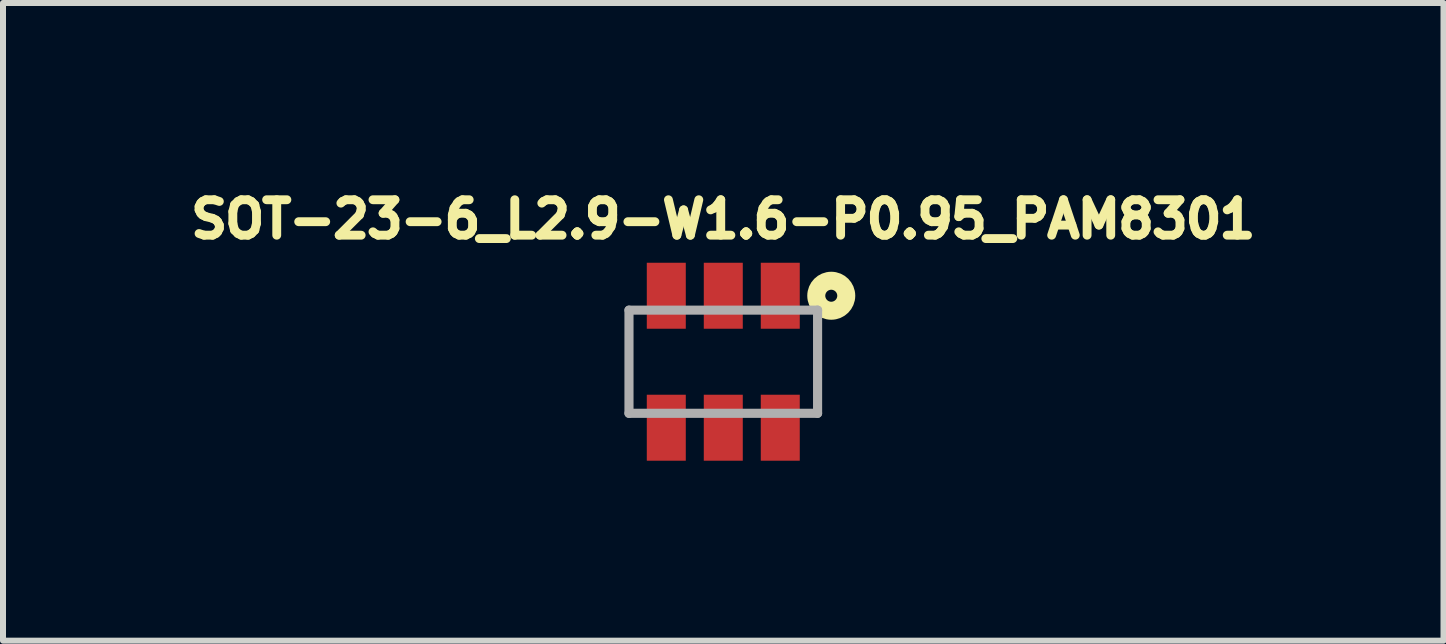
<source format=kicad_pcb>
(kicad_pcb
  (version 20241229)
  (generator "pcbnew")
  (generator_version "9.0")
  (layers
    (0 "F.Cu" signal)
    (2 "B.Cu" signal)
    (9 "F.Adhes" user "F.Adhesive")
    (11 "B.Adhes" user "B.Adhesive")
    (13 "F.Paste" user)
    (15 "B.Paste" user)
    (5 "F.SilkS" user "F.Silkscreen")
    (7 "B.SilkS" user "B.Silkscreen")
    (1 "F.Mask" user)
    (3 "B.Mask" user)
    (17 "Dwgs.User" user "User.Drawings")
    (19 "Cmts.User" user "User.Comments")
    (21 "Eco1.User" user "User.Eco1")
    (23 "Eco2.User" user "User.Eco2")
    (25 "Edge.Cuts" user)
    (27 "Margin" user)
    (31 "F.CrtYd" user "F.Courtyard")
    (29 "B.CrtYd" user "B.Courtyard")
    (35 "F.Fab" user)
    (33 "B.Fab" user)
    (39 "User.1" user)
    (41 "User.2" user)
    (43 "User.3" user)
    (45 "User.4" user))
  (footprint "SOT-23-6_L2.9-W1.6-P0.95_PAM8301"
    (layer "F.Cu")
    (at 9.007 2.98)
    (property "Reference" "SOT-23-6_L2.9-W1.6-P0.95_PAM8301" (at 0 -2.375 0) (layer "F.SilkS") (effects (font (size 0.591 0.591) (thickness 0.15))))
    (attr smd)
    (fp_circle (center 1.8 -1.1) (end 1.9 -1.1) (stroke (width 0.3) (type solid)) (fill no) (layer "F.SilkS"))
    (fp_line (start -1.572 -0.86) (end 1.572 -0.86) (stroke (width 0.152) (type solid)) (layer "F.Fab"))
    (fp_line (start -1.572 0.86) (end -1.572 -0.86) (stroke (width 0.152) (type solid)) (layer "F.Fab"))
    (fp_line (start 1.572 -0.86) (end 1.572 0.86) (stroke (width 0.152) (type solid)) (layer "F.Fab"))
    (fp_line (start 1.572 0.86) (end -1.572 0.86) (stroke (width 0.152) (type solid)) (layer "F.Fab"))
    (pad "1" smd rect (at 0.95 -1.1) (size 0.65 1.1) (layers "F.Cu" "F.Mask" "F.Paste"))
    (pad "2" smd rect (at 0 -1.1) (size 0.65 1.1) (layers "F.Cu" "F.Mask" "F.Paste"))
    (pad "3" smd rect (at -0.95 -1.1) (size 0.65 1.1) (layers "F.Cu" "F.Mask" "F.Paste"))
    (pad "4" smd rect (at -0.95 1.1) (size 0.65 1.1) (layers "F.Cu" "F.Mask" "F.Paste"))
    (pad "5" smd rect (at 0 1.1) (size 0.65 1.1) (layers "F.Cu" "F.Mask" "F.Paste"))
    (pad "6" smd rect (at 0.95 1.1) (size 0.65 1.1) (layers "F.Cu" "F.Mask" "F.Paste")))
  (gr_rect
    (start -3 -3)
    (end 21.013 7.63)
    (stroke (width 0.1) (type default))
    (fill no)
    (layer "Edge.Cuts")))
</source>
